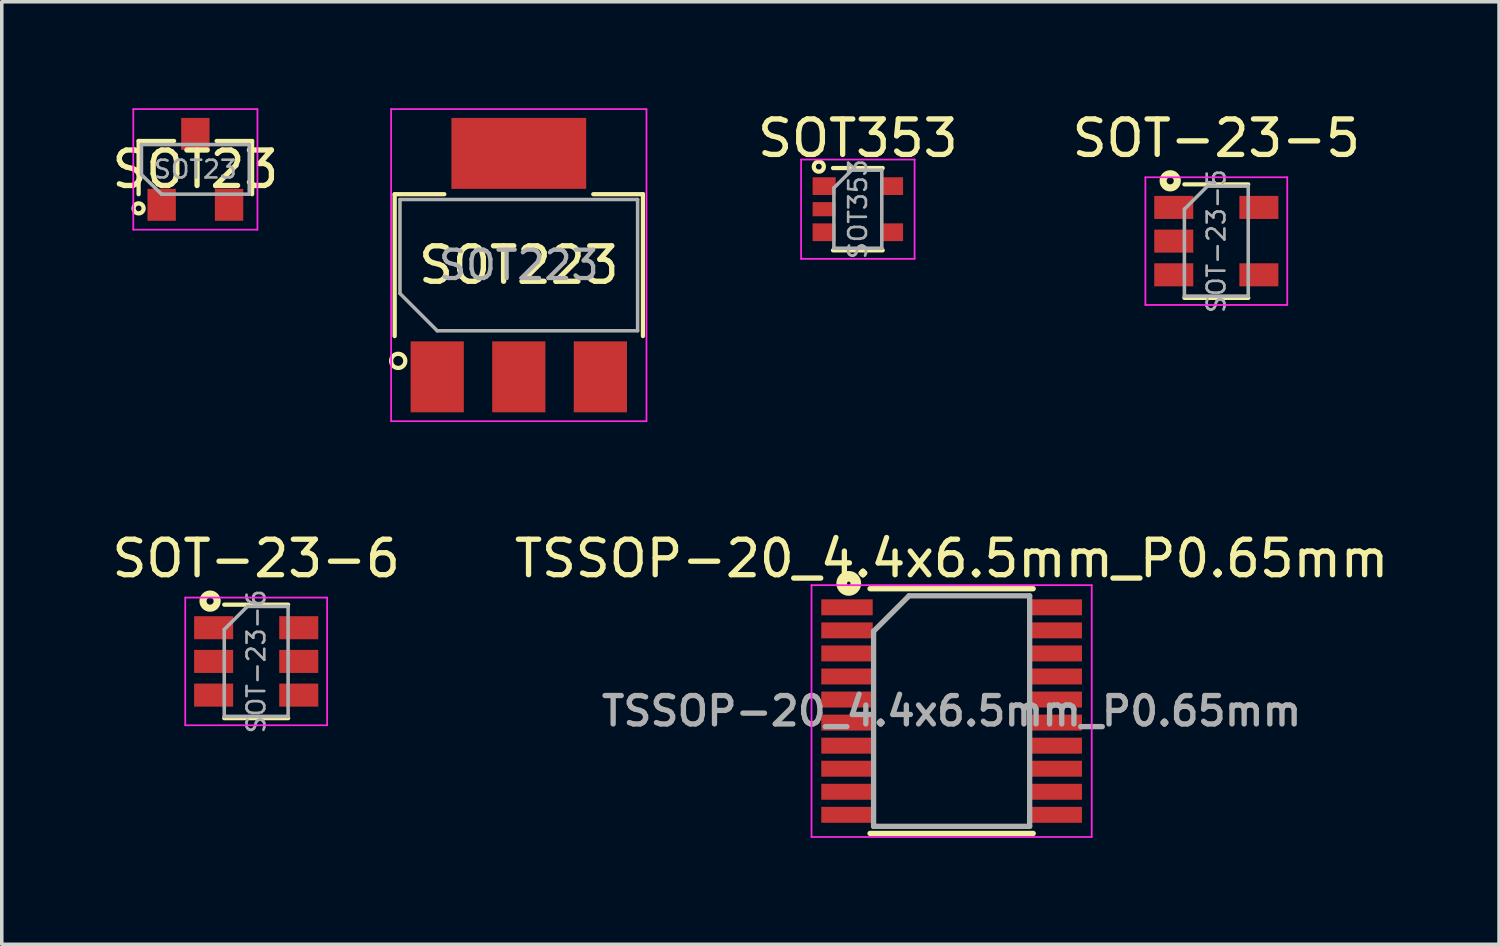
<source format=kicad_pcb>
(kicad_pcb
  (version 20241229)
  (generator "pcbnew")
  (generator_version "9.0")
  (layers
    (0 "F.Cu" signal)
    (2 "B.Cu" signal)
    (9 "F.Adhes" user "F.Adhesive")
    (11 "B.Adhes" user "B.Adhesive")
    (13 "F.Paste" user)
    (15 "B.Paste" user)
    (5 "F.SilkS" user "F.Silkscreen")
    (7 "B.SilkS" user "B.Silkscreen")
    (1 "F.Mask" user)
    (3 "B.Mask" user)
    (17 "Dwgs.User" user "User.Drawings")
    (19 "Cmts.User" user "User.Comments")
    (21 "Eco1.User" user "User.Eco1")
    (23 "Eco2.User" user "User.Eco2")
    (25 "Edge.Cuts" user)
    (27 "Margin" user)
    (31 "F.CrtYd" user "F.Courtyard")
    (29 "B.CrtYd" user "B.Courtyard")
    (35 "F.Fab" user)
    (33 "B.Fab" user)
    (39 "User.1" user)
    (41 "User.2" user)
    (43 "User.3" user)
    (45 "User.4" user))
  (footprint "SOT-23-6"
    (layer "F.Cu")
    (at 4.173 15.598)
    (property "Reference" "SOT-23-6" (at 0 -2.9 0) (layer "F.SilkS") (effects (font (size 1 1) (thickness 0.15))))
    (attr smd)
    (fp_line (start -0.9 1.6) (end 0.9 1.6) (stroke (width 0.12) (type solid)) (layer "F.SilkS"))
    (fp_line (start 0.9 -1.6) (end -0.9 -1.6) (stroke (width 0.12) (type solid)) (layer "F.SilkS"))
    (fp_circle (center -1.3 -1.7) (end -1.1 -1.7) (stroke (width 0.2) (type solid)) (fill no) (layer "F.SilkS"))
    (fp_line (start -2 -1.8) (end -2 1.8) (stroke (width 0.05) (type solid)) (layer "F.CrtYd"))
    (fp_line (start -2 1.8) (end 2 1.8) (stroke (width 0.05) (type solid)) (layer "F.CrtYd"))
    (fp_line (start 2 -1.8) (end -2 -1.8) (stroke (width 0.05) (type solid)) (layer "F.CrtYd"))
    (fp_line (start 2 1.8) (end 2 -1.8) (stroke (width 0.05) (type solid)) (layer "F.CrtYd"))
    (fp_line (start -0.9 -0.9) (end -0.9 1.55) (stroke (width 0.1) (type solid)) (layer "F.Fab"))
    (fp_line (start -0.9 -0.9) (end -0.25 -1.55) (stroke (width 0.1) (type solid)) (layer "F.Fab"))
    (fp_line (start 0.9 -1.55) (end -0.25 -1.55) (stroke (width 0.1) (type solid)) (layer "F.Fab"))
    (fp_line (start 0.9 -1.55) (end 0.9 1.55) (stroke (width 0.1) (type solid)) (layer "F.Fab"))
    (fp_line (start 0.9 1.55) (end -0.9 1.55) (stroke (width 0.1) (type solid)) (layer "F.Fab"))
    (fp_text user "${REFERENCE}" (at 0 0 90) (layer "F.Fab") (effects (font (size 0.5 0.5) (thickness 0.075))))
    (pad "1" smd rect (at -1.2 -0.95) (size 1.1 0.65) (layers "F.Cu" "F.Mask" "F.Paste"))
    (pad "2" smd rect (at -1.2 0) (size 1.1 0.65) (layers "F.Cu" "F.Mask" "F.Paste"))
    (pad "3" smd rect (at -1.2 0.95) (size 1.1 0.65) (layers "F.Cu" "F.Mask" "F.Paste"))
    (pad "4" smd rect (at 1.2 0.95) (size 1.1 0.65) (layers "F.Cu" "F.Mask" "F.Paste"))
    (pad "5" smd rect (at 1.2 0) (size 1.1 0.65) (layers "F.Cu" "F.Mask" "F.Paste"))
    (pad "6" smd rect (at 1.2 -0.95) (size 1.1 0.65) (layers "F.Cu" "F.Mask" "F.Paste")))
  (footprint "SOT-23-5"
    (layer "F.Cu")
    (at 31.243 3.748)
    (property "Reference" "SOT-23-5" (at 0 -2.9 0) (layer "F.SilkS") (effects (font (size 1 1) (thickness 0.15))))
    (attr smd)
    (fp_line (start -0.9 1.6) (end 0.9 1.6) (stroke (width 0.12) (type solid)) (layer "F.SilkS"))
    (fp_line (start 0.9 -1.6) (end -0.9 -1.6) (stroke (width 0.12) (type solid)) (layer "F.SilkS"))
    (fp_circle (center -1.3 -1.7) (end -1.1 -1.7) (stroke (width 0.2) (type solid)) (fill no) (layer "F.SilkS"))
    (fp_line (start -2 -1.8) (end -2 1.8) (stroke (width 0.05) (type solid)) (layer "F.CrtYd"))
    (fp_line (start -2 1.8) (end 2 1.8) (stroke (width 0.05) (type solid)) (layer "F.CrtYd"))
    (fp_line (start 2 -1.8) (end -2 -1.8) (stroke (width 0.05) (type solid)) (layer "F.CrtYd"))
    (fp_line (start 2 1.8) (end 2 -1.8) (stroke (width 0.05) (type solid)) (layer "F.CrtYd"))
    (fp_line (start -0.9 -0.9) (end -0.9 1.55) (stroke (width 0.1) (type solid)) (layer "F.Fab"))
    (fp_line (start -0.9 -0.9) (end -0.25 -1.55) (stroke (width 0.1) (type solid)) (layer "F.Fab"))
    (fp_line (start 0.9 -1.55) (end -0.25 -1.55) (stroke (width 0.1) (type solid)) (layer "F.Fab"))
    (fp_line (start 0.9 -1.55) (end 0.9 1.55) (stroke (width 0.1) (type solid)) (layer "F.Fab"))
    (fp_line (start 0.9 1.55) (end -0.9 1.55) (stroke (width 0.1) (type solid)) (layer "F.Fab"))
    (fp_text user "${REFERENCE}" (at 0 0 90) (layer "F.Fab") (effects (font (size 0.5 0.5) (thickness 0.075))))
    (pad "1" smd rect (at -1.2 -0.95) (size 1.1 0.65) (layers "F.Cu" "F.Mask" "F.Paste"))
    (pad "2" smd rect (at -1.2 0) (size 1.1 0.65) (layers "F.Cu" "F.Mask" "F.Paste"))
    (pad "3" smd rect (at -1.2 0.95) (size 1.1 0.65) (layers "F.Cu" "F.Mask" "F.Paste"))
    (pad "4" smd rect (at 1.2 0.95) (size 1.1 0.65) (layers "F.Cu" "F.Mask" "F.Paste"))
    (pad "5" smd rect (at 1.2 -0.95) (size 1.1 0.65) (layers "F.Cu" "F.Mask" "F.Paste")))
  (footprint "SOT223"
    (layer "F.Cu")
    (at 11.577 4.425)
    (property "Reference" "SOT223" (at 0 0 180) (layer "F.SilkS") (effects (font (size 1 1) (thickness 0.15))))
    (attr smd)
    (fp_line (start -3.5 -2) (end -2.1 -2) (stroke (width 0.12) (type solid)) (layer "F.SilkS"))
    (fp_line (start -3.5 2) (end -3.5 -2) (stroke (width 0.12) (type solid)) (layer "F.SilkS"))
    (fp_line (start 3.5 -2) (end 2.1 -2) (stroke (width 0.12) (type solid)) (layer "F.SilkS"))
    (fp_line (start 3.5 2) (end 3.5 -2) (stroke (width 0.12) (type solid)) (layer "F.SilkS"))
    (fp_circle (center -3.4 2.7) (end -3.2 2.7) (stroke (width 0.12) (type solid)) (fill no) (layer "F.SilkS"))
    (fp_line (start -3.6 -4.4) (end -3.6 4.4) (stroke (width 0.05) (type solid)) (layer "F.CrtYd"))
    (fp_line (start -3.6 4.4) (end 3.6 4.4) (stroke (width 0.05) (type solid)) (layer "F.CrtYd"))
    (fp_line (start 3.6 -4.4) (end -3.6 -4.4) (stroke (width 0.05) (type solid)) (layer "F.CrtYd"))
    (fp_line (start 3.6 4.4) (end 3.6 -4.4) (stroke (width 0.05) (type solid)) (layer "F.CrtYd"))
    (fp_line (start -3.35 -1.85) (end 3.35 -1.85) (stroke (width 0.1) (type solid)) (layer "F.Fab"))
    (fp_line (start -3.35 0.8) (end -3.35 -1.85) (stroke (width 0.1) (type solid)) (layer "F.Fab"))
    (fp_line (start -2.3 1.85) (end -3.35 0.8) (stroke (width 0.1) (type solid)) (layer "F.Fab"))
    (fp_line (start -2.3 1.85) (end 3.35 1.85) (stroke (width 0.1) (type solid)) (layer "F.Fab"))
    (fp_line (start 3.35 1.85) (end 3.35 -1.85) (stroke (width 0.1) (type solid)) (layer "F.Fab"))
    (fp_text user "${REFERENCE}" (at 0 0 180) (layer "F.Fab") (effects (font (size 0.8 0.8) (thickness 0.12))))
    (pad "1" smd rect (at -2.3 3.15 90) (size 2 1.5) (layers "F.Cu" "F.Mask" "F.Paste"))
    (pad "2" smd rect (at 0 3.15 90) (size 2 1.5) (layers "F.Cu" "F.Mask" "F.Paste"))
    (pad "3" smd rect (at 2.3 3.15 90) (size 2 1.5) (layers "F.Cu" "F.Mask" "F.Paste"))
    (pad "4" smd rect (at 0 -3.15 90) (size 2 3.8) (layers "F.Cu" "F.Mask" "F.Paste")))
  (footprint "SOT353"
    (layer "F.Cu")
    (at 21.136 2.848)
    (property "Reference" "SOT353" (at 0 -2 0) (layer "F.SilkS") (effects (font (size 1 1) (thickness 0.15))))
    (attr smd)
    (fp_line (start -0.7 1.16) (end 0.7 1.16) (stroke (width 0.12) (type solid)) (layer "F.SilkS"))
    (fp_line (start 0.7 -1.16) (end -0.7 -1.16) (stroke (width 0.12) (type solid)) (layer "F.SilkS"))
    (fp_circle (center -1.1 -1.2) (end -1 -1.1) (stroke (width 0.12) (type solid)) (fill no) (layer "F.SilkS"))
    (fp_line (start -1.6 -1.4) (end -1.6 1.4) (stroke (width 0.05) (type solid)) (layer "F.CrtYd"))
    (fp_line (start -1.6 -1.4) (end 1.6 -1.4) (stroke (width 0.05) (type solid)) (layer "F.CrtYd"))
    (fp_line (start -1.6 1.4) (end 1.6 1.4) (stroke (width 0.05) (type solid)) (layer "F.CrtYd"))
    (fp_line (start 1.6 1.4) (end 1.6 -1.4) (stroke (width 0.05) (type solid)) (layer "F.CrtYd"))
    (fp_line (start -0.675 -0.6) (end -0.675 1.1) (stroke (width 0.1) (type solid)) (layer "F.Fab"))
    (fp_line (start -0.175 -1.1) (end -0.675 -0.6) (stroke (width 0.1) (type solid)) (layer "F.Fab"))
    (fp_line (start 0.675 -1.1) (end -0.175 -1.1) (stroke (width 0.1) (type solid)) (layer "F.Fab"))
    (fp_line (start 0.675 -1.1) (end 0.675 1.1) (stroke (width 0.1) (type solid)) (layer "F.Fab"))
    (fp_line (start 0.675 1.1) (end -0.675 1.1) (stroke (width 0.1) (type solid)) (layer "F.Fab"))
    (fp_text user "${REFERENCE}" (at 0 0 90) (layer "F.Fab") (effects (font (size 0.5 0.5) (thickness 0.075))))
    (pad "1" smd rect (at -0.95 -0.65) (size 0.65 0.5) (layers "F.Cu" "F.Mask" "F.Paste"))
    (pad "2" smd rect (at -0.95 0) (size 0.65 0.4) (layers "F.Cu" "F.Mask" "F.Paste"))
    (pad "3" smd rect (at -0.95 0.65) (size 0.65 0.5) (layers "F.Cu" "F.Mask" "F.Paste"))
    (pad "4" smd rect (at 0.95 0.65) (size 0.65 0.5) (layers "F.Cu" "F.Mask" "F.Paste"))
    (pad "5" smd rect (at 0.95 -0.65) (size 0.65 0.5) (layers "F.Cu" "F.Mask" "F.Paste")))
  (footprint "SOT23"
    (layer "F.Cu")
    (at 2.458 1.725)
    (property "Reference" "SOT23" (at 0 0 180) (layer "F.SilkS") (effects (font (size 1 1) (thickness 0.15))))
    (attr smd)
    (fp_line (start -1.6 -0.8) (end -1.6 0.7) (stroke (width 0.12) (type solid)) (layer "F.SilkS"))
    (fp_line (start -1.6 -0.8) (end -0.6 -0.8) (stroke (width 0.12) (type solid)) (layer "F.SilkS"))
    (fp_line (start 1.6 -0.8) (end 0.6 -0.8) (stroke (width 0.12) (type solid)) (layer "F.SilkS"))
    (fp_line (start 1.6 -0.8) (end 1.6 0.7) (stroke (width 0.12) (type solid)) (layer "F.SilkS"))
    (fp_circle (center -1.6 1.1) (end -1.5 1.2) (stroke (width 0.12) (type solid)) (fill no) (layer "F.SilkS"))
    (fp_line (start -1.75 -1.7) (end 1.75 -1.7) (stroke (width 0.05) (type solid)) (layer "F.CrtYd"))
    (fp_line (start -1.75 1.7) (end -1.75 -1.7) (stroke (width 0.05) (type solid)) (layer "F.CrtYd"))
    (fp_line (start 1.75 -1.7) (end 1.75 1.7) (stroke (width 0.05) (type solid)) (layer "F.CrtYd"))
    (fp_line (start 1.75 1.7) (end -1.75 1.7) (stroke (width 0.05) (type solid)) (layer "F.CrtYd"))
    (fp_line (start -1.52 -0.7) (end 1.52 -0.7) (stroke (width 0.1) (type solid)) (layer "F.Fab"))
    (fp_line (start -1.52 0.15) (end -1.52 -0.7) (stroke (width 0.1) (type solid)) (layer "F.Fab"))
    (fp_line (start -0.95 0.7) (end -1.52 0.15) (stroke (width 0.1) (type solid)) (layer "F.Fab"))
    (fp_line (start -0.95 0.7) (end 1.5 0.7) (stroke (width 0.1) (type solid)) (layer "F.Fab"))
    (fp_line (start 1.52 0.7) (end 1.52 -0.7) (stroke (width 0.1) (type solid)) (layer "F.Fab"))
    (fp_text user "${REFERENCE}" (at 0 0 180) (layer "F.Fab") (effects (font (size 0.5 0.5) (thickness 0.075))))
    (pad "1" smd rect (at -0.95 1 90) (size 0.9 0.8) (layers "F.Cu" "F.Mask" "F.Paste"))
    (pad "2" smd rect (at 0.95 1 90) (size 0.9 0.8) (layers "F.Cu" "F.Mask" "F.Paste"))
    (pad "3" smd rect (at 0 -1 90) (size 0.9 0.8) (layers "F.Cu" "F.Mask" "F.Paste")))
  (footprint "TSSOP-20_4.4x6.5mm_P0.65mm"
    (layer "F.Cu")
    (at 23.78 16.998)
    (property "Reference" "TSSOP-20_4.4x6.5mm_P0.65mm" (at 0 -4.3 0) (layer "F.SilkS") (effects (font (size 1 1) (thickness 0.15))))
    (attr smd)
    (fp_line (start -2.3 -3.45) (end 2.3 -3.45) (stroke (width 0.15) (type solid)) (layer "F.SilkS"))
    (fp_line (start -2.3 3.45) (end 2.3 3.45) (stroke (width 0.15) (type solid)) (layer "F.SilkS"))
    (fp_circle (center -2.9 -3.6) (end -2.7 -3.6) (stroke (width 0.3) (type solid)) (fill no) (layer "F.SilkS"))
    (fp_line (start -3.95 -3.55) (end -3.95 3.55) (stroke (width 0.05) (type solid)) (layer "F.CrtYd"))
    (fp_line (start -3.95 -3.55) (end 3.95 -3.55) (stroke (width 0.05) (type solid)) (layer "F.CrtYd"))
    (fp_line (start -3.95 3.55) (end 3.95 3.55) (stroke (width 0.05) (type solid)) (layer "F.CrtYd"))
    (fp_line (start 3.95 -3.55) (end 3.95 3.55) (stroke (width 0.05) (type solid)) (layer "F.CrtYd"))
    (fp_line (start -2.2 -2.25) (end -1.2 -3.25) (stroke (width 0.15) (type solid)) (layer "F.Fab"))
    (fp_line (start -2.2 3.25) (end -2.2 -2.25) (stroke (width 0.15) (type solid)) (layer "F.Fab"))
    (fp_line (start -1.2 -3.25) (end 2.2 -3.25) (stroke (width 0.15) (type solid)) (layer "F.Fab"))
    (fp_line (start 2.2 -3.25) (end 2.2 3.25) (stroke (width 0.15) (type solid)) (layer "F.Fab"))
    (fp_line (start 2.2 3.25) (end -2.2 3.25) (stroke (width 0.15) (type solid)) (layer "F.Fab"))
    (fp_text user "${REFERENCE}" (at 0 0 0) (layer "F.Fab") (effects (font (size 0.8 0.8) (thickness 0.15))))
    (pad "1" smd rect (at -2.95 -2.925) (size 1.45 0.45) (layers "F.Cu" "F.Mask" "F.Paste"))
    (pad "2" smd rect (at -2.95 -2.275) (size 1.45 0.45) (layers "F.Cu" "F.Mask" "F.Paste"))
    (pad "3" smd rect (at -2.95 -1.625) (size 1.45 0.45) (layers "F.Cu" "F.Mask" "F.Paste"))
    (pad "4" smd rect (at -2.95 -0.975) (size 1.45 0.45) (layers "F.Cu" "F.Mask" "F.Paste"))
    (pad "5" smd rect (at -2.95 -0.325) (size 1.45 0.45) (layers "F.Cu" "F.Mask" "F.Paste"))
    (pad "6" smd rect (at -2.95 0.325) (size 1.45 0.45) (layers "F.Cu" "F.Mask" "F.Paste"))
    (pad "7" smd rect (at -2.95 0.975) (size 1.45 0.45) (layers "F.Cu" "F.Mask" "F.Paste"))
    (pad "8" smd rect (at -2.95 1.625) (size 1.45 0.45) (layers "F.Cu" "F.Mask" "F.Paste"))
    (pad "9" smd rect (at -2.95 2.275) (size 1.45 0.45) (layers "F.Cu" "F.Mask" "F.Paste"))
    (pad "10" smd rect (at -2.95 2.925) (size 1.45 0.45) (layers "F.Cu" "F.Mask" "F.Paste"))
    (pad "11" smd rect (at 2.95 2.925) (size 1.45 0.45) (layers "F.Cu" "F.Mask" "F.Paste"))
    (pad "12" smd rect (at 2.95 2.275) (size 1.45 0.45) (layers "F.Cu" "F.Mask" "F.Paste"))
    (pad "13" smd rect (at 2.95 1.625) (size 1.45 0.45) (layers "F.Cu" "F.Mask" "F.Paste"))
    (pad "14" smd rect (at 2.95 0.975) (size 1.45 0.45) (layers "F.Cu" "F.Mask" "F.Paste"))
    (pad "15" smd rect (at 2.95 0.325) (size 1.45 0.45) (layers "F.Cu" "F.Mask" "F.Paste"))
    (pad "16" smd rect (at 2.95 -0.325) (size 1.45 0.45) (layers "F.Cu" "F.Mask" "F.Paste"))
    (pad "17" smd rect (at 2.95 -0.975) (size 1.45 0.45) (layers "F.Cu" "F.Mask" "F.Paste"))
    (pad "18" smd rect (at 2.95 -1.625) (size 1.45 0.45) (layers "F.Cu" "F.Mask" "F.Paste"))
    (pad "19" smd rect (at 2.95 -2.275) (size 1.45 0.45) (layers "F.Cu" "F.Mask" "F.Paste"))
    (pad "20" smd rect (at 2.95 -2.925) (size 1.45 0.45) (layers "F.Cu" "F.Mask" "F.Paste")))
  (gr_rect
    (start -3 -3)
    (end 39.214 23.573)
    (stroke (width 0.1) (type default))
    (fill no)
    (layer "Edge.Cuts")))
</source>
